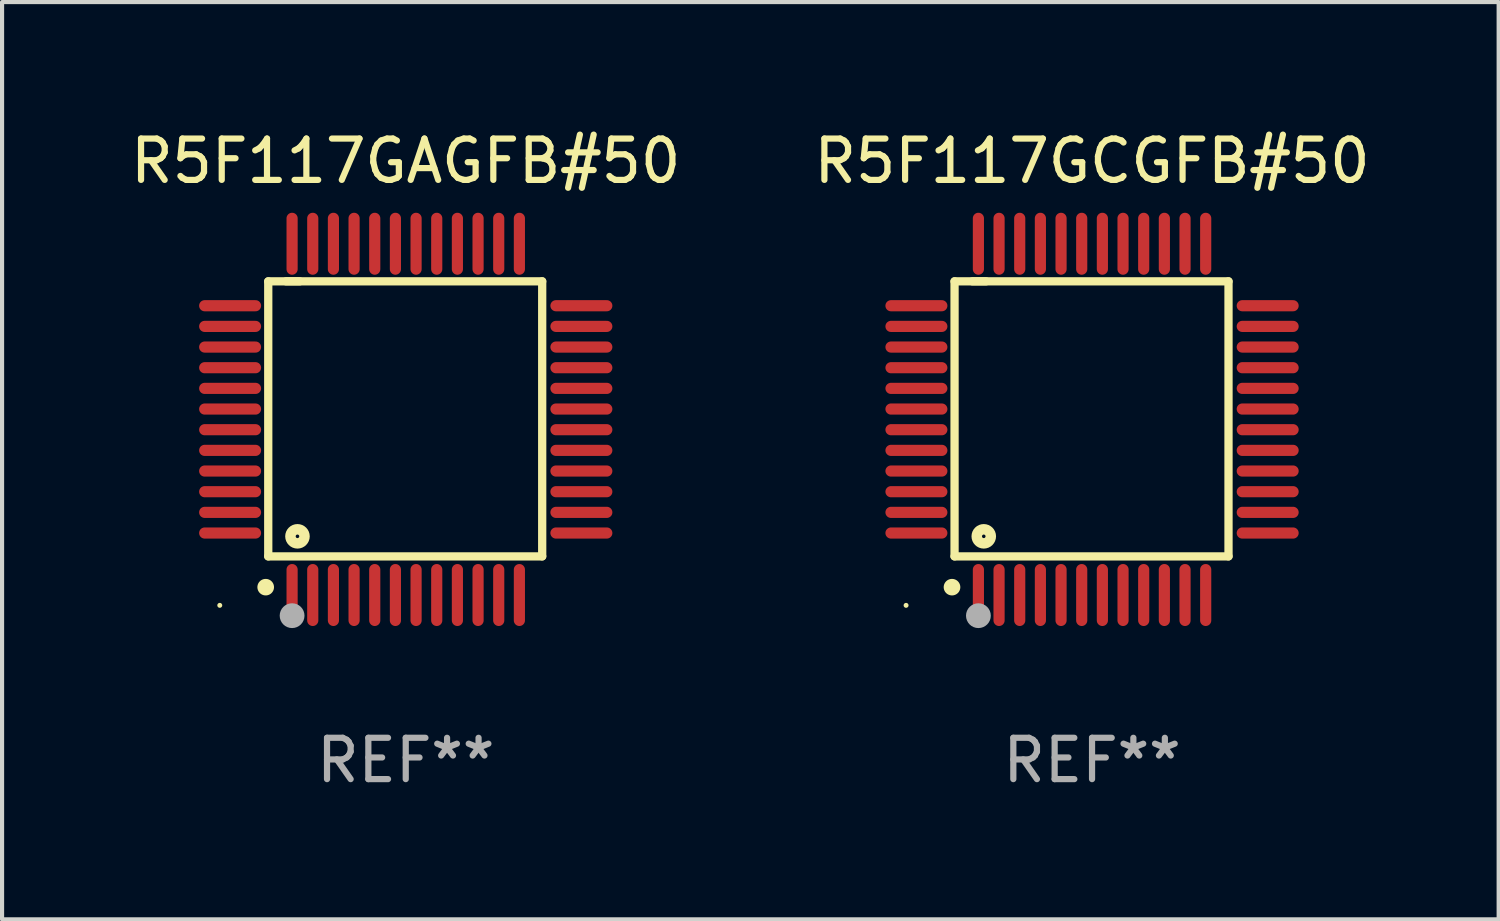
<source format=kicad_pcb>
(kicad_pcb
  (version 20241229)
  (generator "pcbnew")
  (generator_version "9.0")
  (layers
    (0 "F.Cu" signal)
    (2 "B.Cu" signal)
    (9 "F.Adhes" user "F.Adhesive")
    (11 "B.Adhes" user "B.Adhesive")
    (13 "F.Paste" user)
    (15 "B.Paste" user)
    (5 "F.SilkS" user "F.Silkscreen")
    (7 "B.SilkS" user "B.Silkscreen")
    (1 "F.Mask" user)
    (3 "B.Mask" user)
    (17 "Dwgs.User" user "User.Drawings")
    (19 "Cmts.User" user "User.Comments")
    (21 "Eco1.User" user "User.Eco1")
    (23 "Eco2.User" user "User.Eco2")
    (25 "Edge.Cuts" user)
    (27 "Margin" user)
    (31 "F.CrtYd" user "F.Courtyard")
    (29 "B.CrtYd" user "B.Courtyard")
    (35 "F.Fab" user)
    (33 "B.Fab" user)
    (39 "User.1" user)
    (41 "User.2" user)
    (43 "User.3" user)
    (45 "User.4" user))
  (footprint "R5F117GAGFB#50"
    (layer "F.Cu")
    (at 6.768 7.098)
    (property "Reference" "R5F117GAGFB#50" (at 0 -6.25 0) (layer "F.SilkS") (effects (font (size 1 1) (thickness 0.15))))
    (attr through_hole)
    (fp_line (start -3.327 -3.34) (end -2.565 -3.34) (stroke (width 0.2) (type solid)) (layer "F.SilkS"))
    (fp_line (start -3.327 3.315) (end -3.327 -3.34) (stroke (width 0.2) (type solid)) (layer "F.SilkS"))
    (fp_line (start -2.896 -3.34) (end 3.302 -3.34) (stroke (width 0.2) (type solid)) (layer "F.SilkS"))
    (fp_line (start 3.302 -3.34) (end 3.302 3.315) (stroke (width 0.2) (type solid)) (layer "F.SilkS"))
    (fp_line (start 3.302 3.315) (end -3.327 3.315) (stroke (width 0.2) (type solid)) (layer "F.SilkS"))
    (fp_arc (start -3.389992 4.059995) (mid -3.388722 4.059991) (end -3.387452 4.059995) (stroke (width 0.4) (type solid)) (layer "F.SilkS"))
    (fp_circle (center -4.5 4.5) (end -4.47 4.5) (stroke (width 0.06) (type solid)) (fill no) (layer "F.SilkS"))
    (fp_circle (center -2.62 2.83) (end -2.45 2.83) (stroke (width 0.254) (type solid)) (fill no) (layer "F.SilkS"))
    (fp_circle (center -2.75 4.75) (end -2.6 4.75) (stroke (width 0.3) (type solid)) (fill no) (layer "F.Fab"))
    (fp_text user "REF**" (at 0 8.25 0) (layer "F.Fab") (effects (font (size 1 1) (thickness 0.15))))
    (pad "1" smd oval (at -2.75 4.25) (size 0.27 1.5) (layers "F.Cu" "F.Mask" "F.Paste"))
    (pad "2" smd oval (at -2.25 4.25) (size 0.27 1.5) (layers "F.Cu" "F.Mask" "F.Paste"))
    (pad "3" smd oval (at -1.75 4.25) (size 0.27 1.5) (layers "F.Cu" "F.Mask" "F.Paste"))
    (pad "4" smd oval (at -1.25 4.25) (size 0.27 1.5) (layers "F.Cu" "F.Mask" "F.Paste"))
    (pad "5" smd oval (at -0.75 4.25) (size 0.27 1.5) (layers "F.Cu" "F.Mask" "F.Paste"))
    (pad "6" smd oval (at -0.25 4.25) (size 0.27 1.5) (layers "F.Cu" "F.Mask" "F.Paste"))
    (pad "7" smd oval (at 0.25 4.25) (size 0.27 1.5) (layers "F.Cu" "F.Mask" "F.Paste"))
    (pad "8" smd oval (at 0.75 4.25) (size 0.27 1.5) (layers "F.Cu" "F.Mask" "F.Paste"))
    (pad "9" smd oval (at 1.25 4.25) (size 0.27 1.5) (layers "F.Cu" "F.Mask" "F.Paste"))
    (pad "10" smd oval (at 1.75 4.25) (size 0.27 1.5) (layers "F.Cu" "F.Mask" "F.Paste"))
    (pad "11" smd oval (at 2.25 4.25) (size 0.27 1.5) (layers "F.Cu" "F.Mask" "F.Paste"))
    (pad "12" smd oval (at 2.75 4.25) (size 0.27 1.5) (layers "F.Cu" "F.Mask" "F.Paste"))
    (pad "13" smd oval (at 4.25 2.75) (size 1.5 0.27) (layers "F.Cu" "F.Mask" "F.Paste"))
    (pad "14" smd oval (at 4.25 2.25) (size 1.5 0.27) (layers "F.Cu" "F.Mask" "F.Paste"))
    (pad "15" smd oval (at 4.25 1.75) (size 1.5 0.27) (layers "F.Cu" "F.Mask" "F.Paste"))
    (pad "16" smd oval (at 4.25 1.25) (size 1.5 0.27) (layers "F.Cu" "F.Mask" "F.Paste"))
    (pad "17" smd oval (at 4.25 0.75) (size 1.5 0.27) (layers "F.Cu" "F.Mask" "F.Paste"))
    (pad "18" smd oval (at 4.25 0.25) (size 1.5 0.27) (layers "F.Cu" "F.Mask" "F.Paste"))
    (pad "19" smd oval (at 4.25 -0.25) (size 1.5 0.27) (layers "F.Cu" "F.Mask" "F.Paste"))
    (pad "20" smd oval (at 4.25 -0.75) (size 1.5 0.27) (layers "F.Cu" "F.Mask" "F.Paste"))
    (pad "21" smd oval (at 4.25 -1.25) (size 1.5 0.27) (layers "F.Cu" "F.Mask" "F.Paste"))
    (pad "22" smd oval (at 4.25 -1.75) (size 1.5 0.27) (layers "F.Cu" "F.Mask" "F.Paste"))
    (pad "23" smd oval (at 4.25 -2.25) (size 1.5 0.27) (layers "F.Cu" "F.Mask" "F.Paste"))
    (pad "24" smd oval (at 4.25 -2.75) (size 1.5 0.27) (layers "F.Cu" "F.Mask" "F.Paste"))
    (pad "25" smd oval (at 2.75 -4.25) (size 0.27 1.5) (layers "F.Cu" "F.Mask" "F.Paste"))
    (pad "26" smd oval (at 2.25 -4.25) (size 0.27 1.5) (layers "F.Cu" "F.Mask" "F.Paste"))
    (pad "27" smd oval (at 1.75 -4.25) (size 0.27 1.5) (layers "F.Cu" "F.Mask" "F.Paste"))
    (pad "28" smd oval (at 1.25 -4.25) (size 0.27 1.5) (layers "F.Cu" "F.Mask" "F.Paste"))
    (pad "29" smd oval (at 0.75 -4.25) (size 0.27 1.5) (layers "F.Cu" "F.Mask" "F.Paste"))
    (pad "30" smd oval (at 0.25 -4.25) (size 0.27 1.5) (layers "F.Cu" "F.Mask" "F.Paste"))
    (pad "31" smd oval (at -0.25 -4.25) (size 0.27 1.5) (layers "F.Cu" "F.Mask" "F.Paste"))
    (pad "32" smd oval (at -0.75 -4.25) (size 0.27 1.5) (layers "F.Cu" "F.Mask" "F.Paste"))
    (pad "33" smd oval (at -1.25 -4.25) (size 0.27 1.5) (layers "F.Cu" "F.Mask" "F.Paste"))
    (pad "34" smd oval (at -1.75 -4.25) (size 0.27 1.5) (layers "F.Cu" "F.Mask" "F.Paste"))
    (pad "35" smd oval (at -2.25 -4.25) (size 0.27 1.5) (layers "F.Cu" "F.Mask" "F.Paste"))
    (pad "36" smd oval (at -2.75 -4.25) (size 0.27 1.5) (layers "F.Cu" "F.Mask" "F.Paste"))
    (pad "37" smd oval (at -4.25 -2.75) (size 1.5 0.27) (layers "F.Cu" "F.Mask" "F.Paste"))
    (pad "38" smd oval (at -4.25 -2.25) (size 1.5 0.27) (layers "F.Cu" "F.Mask" "F.Paste"))
    (pad "39" smd oval (at -4.25 -1.75) (size 1.5 0.27) (layers "F.Cu" "F.Mask" "F.Paste"))
    (pad "40" smd oval (at -4.25 -1.25) (size 1.5 0.27) (layers "F.Cu" "F.Mask" "F.Paste"))
    (pad "41" smd oval (at -4.25 -0.75) (size 1.5 0.27) (layers "F.Cu" "F.Mask" "F.Paste"))
    (pad "42" smd oval (at -4.25 -0.25) (size 1.5 0.27) (layers "F.Cu" "F.Mask" "F.Paste"))
    (pad "43" smd oval (at -4.25 0.25) (size 1.5 0.27) (layers "F.Cu" "F.Mask" "F.Paste"))
    (pad "44" smd oval (at -4.25 0.75) (size 1.5 0.27) (layers "F.Cu" "F.Mask" "F.Paste"))
    (pad "45" smd oval (at -4.25 1.25) (size 1.5 0.27) (layers "F.Cu" "F.Mask" "F.Paste"))
    (pad "46" smd oval (at -4.25 1.75) (size 1.5 0.27) (layers "F.Cu" "F.Mask" "F.Paste"))
    (pad "47" smd oval (at -4.25 2.25) (size 1.5 0.27) (layers "F.Cu" "F.Mask" "F.Paste"))
    (pad "48" smd oval (at -4.25 2.75) (size 1.5 0.27) (layers "F.Cu" "F.Mask" "F.Paste")))
  (footprint "R5F117GCGFB#50"
    (layer "F.Cu")
    (at 23.375 7.098)
    (property "Reference" "R5F117GCGFB#50" (at 0 -6.25 0) (layer "F.SilkS") (effects (font (size 1 1) (thickness 0.15))))
    (attr through_hole)
    (fp_line (start -3.327 -3.34) (end -2.565 -3.34) (stroke (width 0.2) (type solid)) (layer "F.SilkS"))
    (fp_line (start -3.327 3.315) (end -3.327 -3.34) (stroke (width 0.2) (type solid)) (layer "F.SilkS"))
    (fp_line (start -2.896 -3.34) (end 3.302 -3.34) (stroke (width 0.2) (type solid)) (layer "F.SilkS"))
    (fp_line (start 3.302 -3.34) (end 3.302 3.315) (stroke (width 0.2) (type solid)) (layer "F.SilkS"))
    (fp_line (start 3.302 3.315) (end -3.327 3.315) (stroke (width 0.2) (type solid)) (layer "F.SilkS"))
    (fp_arc (start -3.389992 4.059995) (mid -3.388722 4.059991) (end -3.387452 4.059995) (stroke (width 0.4) (type solid)) (layer "F.SilkS"))
    (fp_circle (center -4.5 4.5) (end -4.47 4.5) (stroke (width 0.06) (type solid)) (fill no) (layer "F.SilkS"))
    (fp_circle (center -2.62 2.83) (end -2.45 2.83) (stroke (width 0.254) (type solid)) (fill no) (layer "F.SilkS"))
    (fp_circle (center -2.75 4.75) (end -2.6 4.75) (stroke (width 0.3) (type solid)) (fill no) (layer "F.Fab"))
    (fp_text user "REF**" (at 0 8.25 0) (layer "F.Fab") (effects (font (size 1 1) (thickness 0.15))))
    (pad "1" smd oval (at -2.75 4.25) (size 0.27 1.5) (layers "F.Cu" "F.Mask" "F.Paste"))
    (pad "2" smd oval (at -2.25 4.25) (size 0.27 1.5) (layers "F.Cu" "F.Mask" "F.Paste"))
    (pad "3" smd oval (at -1.75 4.25) (size 0.27 1.5) (layers "F.Cu" "F.Mask" "F.Paste"))
    (pad "4" smd oval (at -1.25 4.25) (size 0.27 1.5) (layers "F.Cu" "F.Mask" "F.Paste"))
    (pad "5" smd oval (at -0.75 4.25) (size 0.27 1.5) (layers "F.Cu" "F.Mask" "F.Paste"))
    (pad "6" smd oval (at -0.25 4.25) (size 0.27 1.5) (layers "F.Cu" "F.Mask" "F.Paste"))
    (pad "7" smd oval (at 0.25 4.25) (size 0.27 1.5) (layers "F.Cu" "F.Mask" "F.Paste"))
    (pad "8" smd oval (at 0.75 4.25) (size 0.27 1.5) (layers "F.Cu" "F.Mask" "F.Paste"))
    (pad "9" smd oval (at 1.25 4.25) (size 0.27 1.5) (layers "F.Cu" "F.Mask" "F.Paste"))
    (pad "10" smd oval (at 1.75 4.25) (size 0.27 1.5) (layers "F.Cu" "F.Mask" "F.Paste"))
    (pad "11" smd oval (at 2.25 4.25) (size 0.27 1.5) (layers "F.Cu" "F.Mask" "F.Paste"))
    (pad "12" smd oval (at 2.75 4.25) (size 0.27 1.5) (layers "F.Cu" "F.Mask" "F.Paste"))
    (pad "13" smd oval (at 4.25 2.75) (size 1.5 0.27) (layers "F.Cu" "F.Mask" "F.Paste"))
    (pad "14" smd oval (at 4.25 2.25) (size 1.5 0.27) (layers "F.Cu" "F.Mask" "F.Paste"))
    (pad "15" smd oval (at 4.25 1.75) (size 1.5 0.27) (layers "F.Cu" "F.Mask" "F.Paste"))
    (pad "16" smd oval (at 4.25 1.25) (size 1.5 0.27) (layers "F.Cu" "F.Mask" "F.Paste"))
    (pad "17" smd oval (at 4.25 0.75) (size 1.5 0.27) (layers "F.Cu" "F.Mask" "F.Paste"))
    (pad "18" smd oval (at 4.25 0.25) (size 1.5 0.27) (layers "F.Cu" "F.Mask" "F.Paste"))
    (pad "19" smd oval (at 4.25 -0.25) (size 1.5 0.27) (layers "F.Cu" "F.Mask" "F.Paste"))
    (pad "20" smd oval (at 4.25 -0.75) (size 1.5 0.27) (layers "F.Cu" "F.Mask" "F.Paste"))
    (pad "21" smd oval (at 4.25 -1.25) (size 1.5 0.27) (layers "F.Cu" "F.Mask" "F.Paste"))
    (pad "22" smd oval (at 4.25 -1.75) (size 1.5 0.27) (layers "F.Cu" "F.Mask" "F.Paste"))
    (pad "23" smd oval (at 4.25 -2.25) (size 1.5 0.27) (layers "F.Cu" "F.Mask" "F.Paste"))
    (pad "24" smd oval (at 4.25 -2.75) (size 1.5 0.27) (layers "F.Cu" "F.Mask" "F.Paste"))
    (pad "25" smd oval (at 2.75 -4.25) (size 0.27 1.5) (layers "F.Cu" "F.Mask" "F.Paste"))
    (pad "26" smd oval (at 2.25 -4.25) (size 0.27 1.5) (layers "F.Cu" "F.Mask" "F.Paste"))
    (pad "27" smd oval (at 1.75 -4.25) (size 0.27 1.5) (layers "F.Cu" "F.Mask" "F.Paste"))
    (pad "28" smd oval (at 1.25 -4.25) (size 0.27 1.5) (layers "F.Cu" "F.Mask" "F.Paste"))
    (pad "29" smd oval (at 0.75 -4.25) (size 0.27 1.5) (layers "F.Cu" "F.Mask" "F.Paste"))
    (pad "30" smd oval (at 0.25 -4.25) (size 0.27 1.5) (layers "F.Cu" "F.Mask" "F.Paste"))
    (pad "31" smd oval (at -0.25 -4.25) (size 0.27 1.5) (layers "F.Cu" "F.Mask" "F.Paste"))
    (pad "32" smd oval (at -0.75 -4.25) (size 0.27 1.5) (layers "F.Cu" "F.Mask" "F.Paste"))
    (pad "33" smd oval (at -1.25 -4.25) (size 0.27 1.5) (layers "F.Cu" "F.Mask" "F.Paste"))
    (pad "34" smd oval (at -1.75 -4.25) (size 0.27 1.5) (layers "F.Cu" "F.Mask" "F.Paste"))
    (pad "35" smd oval (at -2.25 -4.25) (size 0.27 1.5) (layers "F.Cu" "F.Mask" "F.Paste"))
    (pad "36" smd oval (at -2.75 -4.25) (size 0.27 1.5) (layers "F.Cu" "F.Mask" "F.Paste"))
    (pad "37" smd oval (at -4.25 -2.75) (size 1.5 0.27) (layers "F.Cu" "F.Mask" "F.Paste"))
    (pad "38" smd oval (at -4.25 -2.25) (size 1.5 0.27) (layers "F.Cu" "F.Mask" "F.Paste"))
    (pad "39" smd oval (at -4.25 -1.75) (size 1.5 0.27) (layers "F.Cu" "F.Mask" "F.Paste"))
    (pad "40" smd oval (at -4.25 -1.25) (size 1.5 0.27) (layers "F.Cu" "F.Mask" "F.Paste"))
    (pad "41" smd oval (at -4.25 -0.75) (size 1.5 0.27) (layers "F.Cu" "F.Mask" "F.Paste"))
    (pad "42" smd oval (at -4.25 -0.25) (size 1.5 0.27) (layers "F.Cu" "F.Mask" "F.Paste"))
    (pad "43" smd oval (at -4.25 0.25) (size 1.5 0.27) (layers "F.Cu" "F.Mask" "F.Paste"))
    (pad "44" smd oval (at -4.25 0.75) (size 1.5 0.27) (layers "F.Cu" "F.Mask" "F.Paste"))
    (pad "45" smd oval (at -4.25 1.25) (size 1.5 0.27) (layers "F.Cu" "F.Mask" "F.Paste"))
    (pad "46" smd oval (at -4.25 1.75) (size 1.5 0.27) (layers "F.Cu" "F.Mask" "F.Paste"))
    (pad "47" smd oval (at -4.25 2.25) (size 1.5 0.27) (layers "F.Cu" "F.Mask" "F.Paste"))
    (pad "48" smd oval (at -4.25 2.75) (size 1.5 0.27) (layers "F.Cu" "F.Mask" "F.Paste")))
  (gr_rect
    (start -3 -3)
    (end 33.214 19.196)
    (stroke (width 0.1) (type default))
    (fill no)
    (layer "Edge.Cuts")))
</source>
